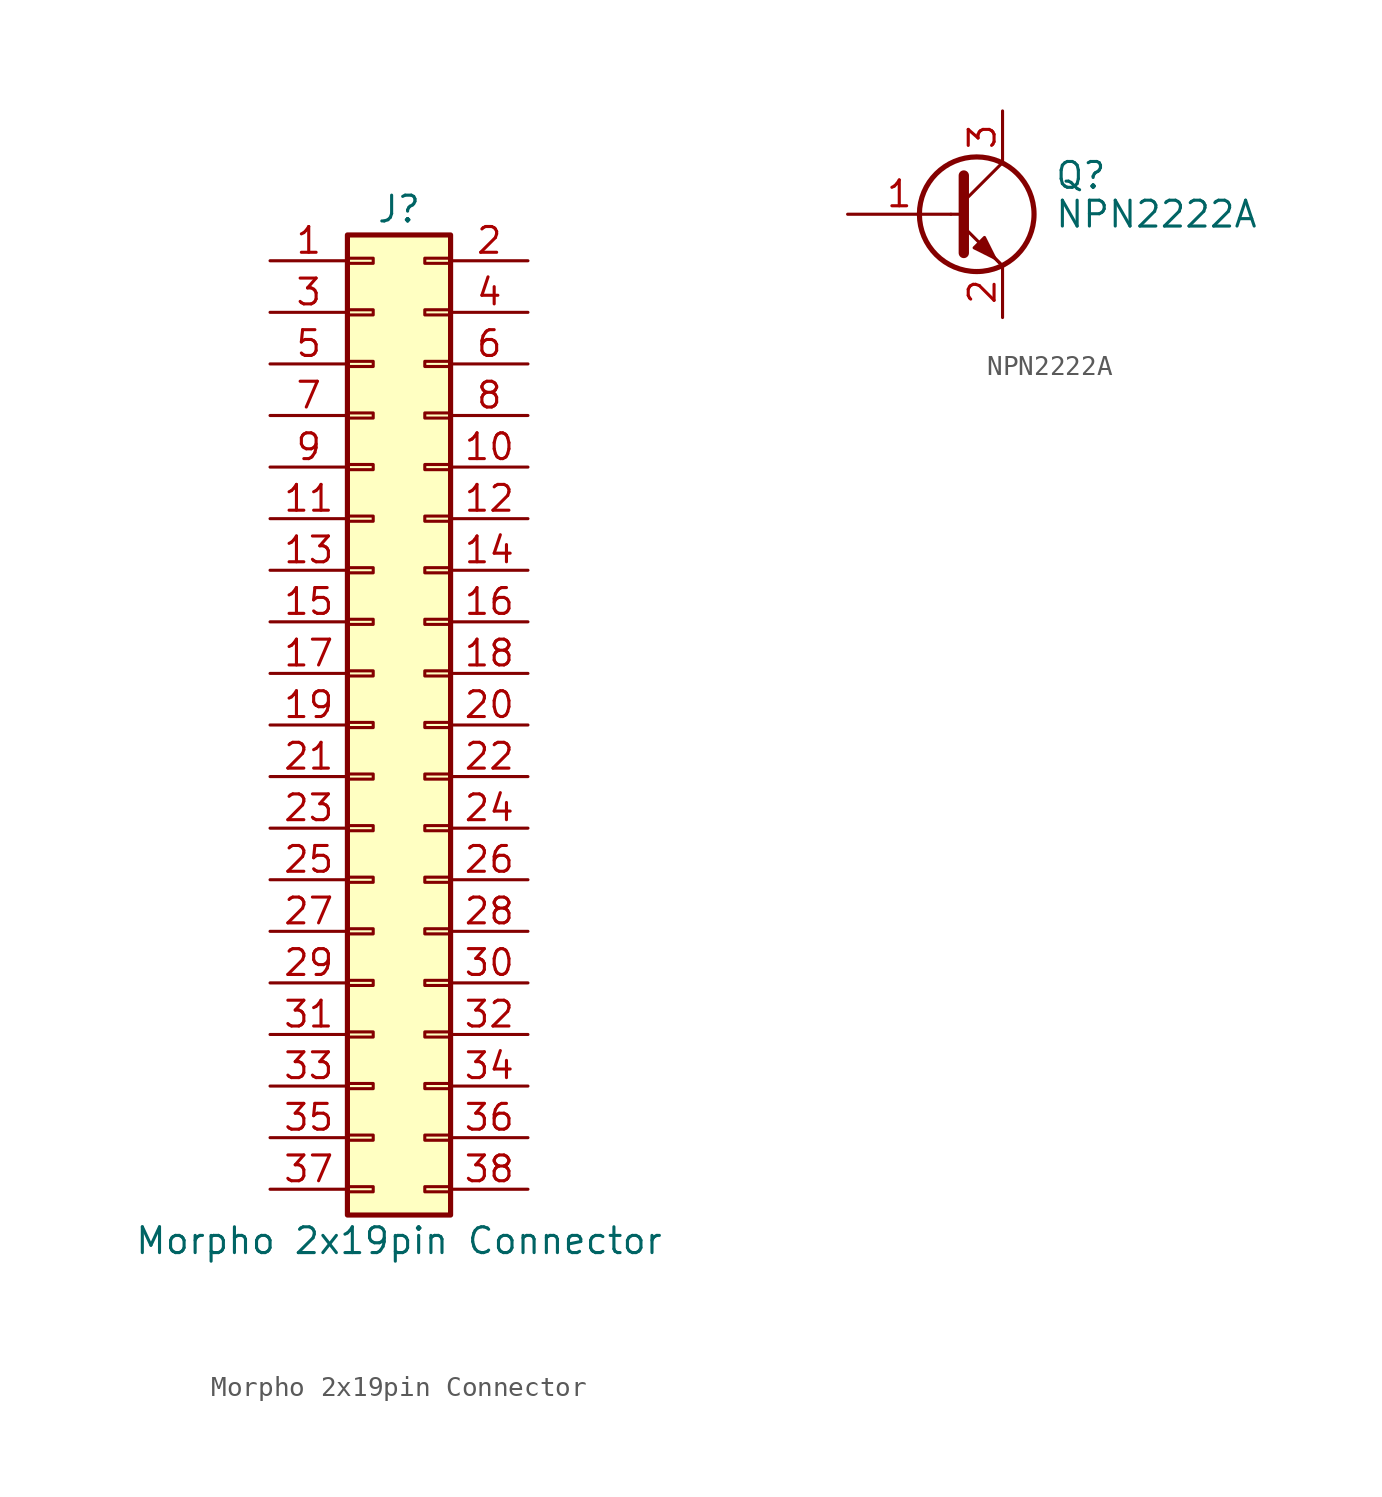
<source format=kicad_sym>
(kicad_symbol_lib
  (version 20211014)
  (generator kicad_symbol_editor)
  (symbol "Morpho 2x19pin Connector"
    (pin_names
      (offset 1.016) hide)
    (property "Reference" "J"
      (at 1.27 25.4 0)
      (effects (font (size 1.27 1.27))))
    (property "Value" "Morpho 2x19pin Connector"
      (at 1.27 -25.4 0)
      (effects (font (size 1.27 1.27))))
    (symbol "Morpho 2x19pin Connector_1_1"
      (rectangle (start -1.27 -22.733) (end 0 -22.987) (stroke (width 0.152) (type default) (color 0 0 0 0)) (fill (type none)))
      (rectangle (start -1.27 -20.193) (end 0 -20.447) (stroke (width 0.152) (type default) (color 0 0 0 0)) (fill (type none)))
      (rectangle (start -1.27 -17.653) (end 0 -17.907) (stroke (width 0.152) (type default) (color 0 0 0 0)) (fill (type none)))
      (rectangle (start -1.27 -15.113) (end 0 -15.367) (stroke (width 0.152) (type default) (color 0 0 0 0)) (fill (type none)))
      (rectangle (start -1.27 -12.573) (end 0 -12.827) (stroke (width 0.152) (type default) (color 0 0 0 0)) (fill (type none)))
      (rectangle (start -1.27 -10.033) (end 0 -10.287) (stroke (width 0.152) (type default) (color 0 0 0 0)) (fill (type none)))
      (rectangle (start -1.27 -7.493) (end 0 -7.747) (stroke (width 0.152) (type default) (color 0 0 0 0)) (fill (type none)))
      (rectangle (start -1.27 -4.953) (end 0 -5.207) (stroke (width 0.152) (type default) (color 0 0 0 0)) (fill (type none)))
      (rectangle (start -1.27 -2.413) (end 0 -2.667) (stroke (width 0.152) (type default) (color 0 0 0 0)) (fill (type none)))
      (rectangle (start -1.27 0.127) (end 0 -0.127) (stroke (width 0.152) (type default) (color 0 0 0 0)) (fill (type none)))
      (rectangle (start -1.27 2.667) (end 0 2.413) (stroke (width 0.152) (type default) (color 0 0 0 0)) (fill (type none)))
      (rectangle (start -1.27 5.207) (end 0 4.953) (stroke (width 0.152) (type default) (color 0 0 0 0)) (fill (type none)))
      (rectangle (start -1.27 7.747) (end 0 7.493) (stroke (width 0.152) (type default) (color 0 0 0 0)) (fill (type none)))
      (rectangle (start -1.27 10.287) (end 0 10.033) (stroke (width 0.152) (type default) (color 0 0 0 0)) (fill (type none)))
      (rectangle (start -1.27 12.827) (end 0 12.573) (stroke (width 0.152) (type default) (color 0 0 0 0)) (fill (type none)))
      (rectangle (start -1.27 15.367) (end 0 15.113) (stroke (width 0.152) (type default) (color 0 0 0 0)) (fill (type none)))
      (rectangle (start -1.27 17.907) (end 0 17.653) (stroke (width 0.152) (type default) (color 0 0 0 0)) (fill (type none)))
      (rectangle (start -1.27 20.447) (end 0 20.193) (stroke (width 0.152) (type default) (color 0 0 0 0)) (fill (type none)))
      (rectangle (start -1.27 22.987) (end 0 22.733) (stroke (width 0.152) (type default) (color 0 0 0 0)) (fill (type none)))
      (rectangle (start -1.27 24.13) (end 3.81 -24.13) (stroke (width 0.254) (type default) (color 0 0 0 0)) (fill (type background)))
      (rectangle (start 3.81 -22.733) (end 2.54 -22.987) (stroke (width 0.152) (type default) (color 0 0 0 0)) (fill (type none)))
      (rectangle (start 3.81 -20.193) (end 2.54 -20.447) (stroke (width 0.152) (type default) (color 0 0 0 0)) (fill (type none)))
      (rectangle (start 3.81 -17.653) (end 2.54 -17.907) (stroke (width 0.152) (type default) (color 0 0 0 0)) (fill (type none)))
      (rectangle (start 3.81 -15.113) (end 2.54 -15.367) (stroke (width 0.152) (type default) (color 0 0 0 0)) (fill (type none)))
      (rectangle (start 3.81 -12.573) (end 2.54 -12.827) (stroke (width 0.152) (type default) (color 0 0 0 0)) (fill (type none)))
      (rectangle (start 3.81 -10.033) (end 2.54 -10.287) (stroke (width 0.152) (type default) (color 0 0 0 0)) (fill (type none)))
      (rectangle (start 3.81 -7.493) (end 2.54 -7.747) (stroke (width 0.152) (type default) (color 0 0 0 0)) (fill (type none)))
      (rectangle (start 3.81 -4.953) (end 2.54 -5.207) (stroke (width 0.152) (type default) (color 0 0 0 0)) (fill (type none)))
      (rectangle (start 3.81 -2.413) (end 2.54 -2.667) (stroke (width 0.152) (type default) (color 0 0 0 0)) (fill (type none)))
      (rectangle (start 3.81 0.127) (end 2.54 -0.127) (stroke (width 0.152) (type default) (color 0 0 0 0)) (fill (type none)))
      (rectangle (start 3.81 2.667) (end 2.54 2.413) (stroke (width 0.152) (type default) (color 0 0 0 0)) (fill (type none)))
      (rectangle (start 3.81 5.207) (end 2.54 4.953) (stroke (width 0.152) (type default) (color 0 0 0 0)) (fill (type none)))
      (rectangle (start 3.81 7.747) (end 2.54 7.493) (stroke (width 0.152) (type default) (color 0 0 0 0)) (fill (type none)))
      (rectangle (start 3.81 10.287) (end 2.54 10.033) (stroke (width 0.152) (type default) (color 0 0 0 0)) (fill (type none)))
      (rectangle (start 3.81 12.827) (end 2.54 12.573) (stroke (width 0.152) (type default) (color 0 0 0 0)) (fill (type none)))
      (rectangle (start 3.81 15.367) (end 2.54 15.113) (stroke (width 0.152) (type default) (color 0 0 0 0)) (fill (type none)))
      (rectangle (start 3.81 17.907) (end 2.54 17.653) (stroke (width 0.152) (type default) (color 0 0 0 0)) (fill (type none)))
      (rectangle (start 3.81 20.447) (end 2.54 20.193) (stroke (width 0.152) (type default) (color 0 0 0 0)) (fill (type none)))
      (rectangle (start 3.81 22.987) (end 2.54 22.733) (stroke (width 0.152) (type default) (color 0 0 0 0)) (fill (type none)))
      (pin passive line (at -5.08 22.86 0) (length 3.81) (name "Pin_1" (effects (font (size 1.27 1.27)))) (number "1" (effects (font (size 1.27 1.27)))))
      (pin passive line (at 7.62 12.7 180) (length 3.81) (name "Pin_10" (effects (font (size 1.27 1.27)))) (number "10" (effects (font (size 1.27 1.27)))))
      (pin passive line (at -5.08 10.16 0) (length 3.81) (name "Pin_11" (effects (font (size 1.27 1.27)))) (number "11" (effects (font (size 1.27 1.27)))))
      (pin passive line (at 7.62 10.16 180) (length 3.81) (name "Pin_12" (effects (font (size 1.27 1.27)))) (number "12" (effects (font (size 1.27 1.27)))))
      (pin passive line (at -5.08 7.62 0) (length 3.81) (name "Pin_13" (effects (font (size 1.27 1.27)))) (number "13" (effects (font (size 1.27 1.27)))))
      (pin passive line (at 7.62 7.62 180) (length 3.81) (name "Pin_14" (effects (font (size 1.27 1.27)))) (number "14" (effects (font (size 1.27 1.27)))))
      (pin passive line (at -5.08 5.08 0) (length 3.81) (name "Pin_15" (effects (font (size 1.27 1.27)))) (number "15" (effects (font (size 1.27 1.27)))))
      (pin passive line (at 7.62 5.08 180) (length 3.81) (name "Pin_16" (effects (font (size 1.27 1.27)))) (number "16" (effects (font (size 1.27 1.27)))))
      (pin passive line (at -5.08 2.54 0) (length 3.81) (name "Pin_17" (effects (font (size 1.27 1.27)))) (number "17" (effects (font (size 1.27 1.27)))))
      (pin passive line (at 7.62 2.54 180) (length 3.81) (name "Pin_18" (effects (font (size 1.27 1.27)))) (number "18" (effects (font (size 1.27 1.27)))))
      (pin passive line (at -5.08 0 0) (length 3.81) (name "Pin_19" (effects (font (size 1.27 1.27)))) (number "19" (effects (font (size 1.27 1.27)))))
      (pin passive line (at 7.62 22.86 180) (length 3.81) (name "Pin_2" (effects (font (size 1.27 1.27)))) (number "2" (effects (font (size 1.27 1.27)))))
      (pin passive line (at 7.62 0 180) (length 3.81) (name "Pin_20" (effects (font (size 1.27 1.27)))) (number "20" (effects (font (size 1.27 1.27)))))
      (pin passive line (at -5.08 -2.54 0) (length 3.81) (name "Pin_21" (effects (font (size 1.27 1.27)))) (number "21" (effects (font (size 1.27 1.27)))))
      (pin passive line (at 7.62 -2.54 180) (length 3.81) (name "Pin_22" (effects (font (size 1.27 1.27)))) (number "22" (effects (font (size 1.27 1.27)))))
      (pin passive line (at -5.08 -5.08 0) (length 3.81) (name "Pin_23" (effects (font (size 1.27 1.27)))) (number "23" (effects (font (size 1.27 1.27)))))
      (pin passive line (at 7.62 -5.08 180) (length 3.81) (name "Pin_24" (effects (font (size 1.27 1.27)))) (number "24" (effects (font (size 1.27 1.27)))))
      (pin passive line (at -5.08 -7.62 0) (length 3.81) (name "Pin_25" (effects (font (size 1.27 1.27)))) (number "25" (effects (font (size 1.27 1.27)))))
      (pin passive line (at 7.62 -7.62 180) (length 3.81) (name "Pin_26" (effects (font (size 1.27 1.27)))) (number "26" (effects (font (size 1.27 1.27)))))
      (pin passive line (at -5.08 -10.16 0) (length 3.81) (name "Pin_27" (effects (font (size 1.27 1.27)))) (number "27" (effects (font (size 1.27 1.27)))))
      (pin passive line (at 7.62 -10.16 180) (length 3.81) (name "Pin_28" (effects (font (size 1.27 1.27)))) (number "28" (effects (font (size 1.27 1.27)))))
      (pin passive line (at -5.08 -12.7 0) (length 3.81) (name "Pin_29" (effects (font (size 1.27 1.27)))) (number "29" (effects (font (size 1.27 1.27)))))
      (pin passive line (at -5.08 20.32 0) (length 3.81) (name "Pin_3" (effects (font (size 1.27 1.27)))) (number "3" (effects (font (size 1.27 1.27)))))
      (pin passive line (at 7.62 -12.7 180) (length 3.81) (name "Pin_30" (effects (font (size 1.27 1.27)))) (number "30" (effects (font (size 1.27 1.27)))))
      (pin passive line (at -5.08 -15.24 0) (length 3.81) (name "Pin_31" (effects (font (size 1.27 1.27)))) (number "31" (effects (font (size 1.27 1.27)))))
      (pin passive line (at 7.62 -15.24 180) (length 3.81) (name "Pin_32" (effects (font (size 1.27 1.27)))) (number "32" (effects (font (size 1.27 1.27)))))
      (pin passive line (at -5.08 -17.78 0) (length 3.81) (name "Pin_33" (effects (font (size 1.27 1.27)))) (number "33" (effects (font (size 1.27 1.27)))))
      (pin passive line (at 7.62 -17.78 180) (length 3.81) (name "Pin_34" (effects (font (size 1.27 1.27)))) (number "34" (effects (font (size 1.27 1.27)))))
      (pin passive line (at -5.08 -20.32 0) (length 3.81) (name "Pin_35" (effects (font (size 1.27 1.27)))) (number "35" (effects (font (size 1.27 1.27)))))
      (pin passive line (at 7.62 -20.32 180) (length 3.81) (name "Pin_36" (effects (font (size 1.27 1.27)))) (number "36" (effects (font (size 1.27 1.27)))))
      (pin passive line (at -5.08 -22.86 0) (length 3.81) (name "Pin_37" (effects (font (size 1.27 1.27)))) (number "37" (effects (font (size 1.27 1.27)))))
      (pin passive line (at 7.62 -22.86 180) (length 3.81) (name "Pin_38" (effects (font (size 1.27 1.27)))) (number "38" (effects (font (size 1.27 1.27)))))
      (pin passive line (at 7.62 20.32 180) (length 3.81) (name "Pin_4" (effects (font (size 1.27 1.27)))) (number "4" (effects (font (size 1.27 1.27)))))
      (pin passive line (at -5.08 17.78 0) (length 3.81) (name "Pin_5" (effects (font (size 1.27 1.27)))) (number "5" (effects (font (size 1.27 1.27)))))
      (pin passive line (at 7.62 17.78 180) (length 3.81) (name "Pin_6" (effects (font (size 1.27 1.27)))) (number "6" (effects (font (size 1.27 1.27)))))
      (pin passive line (at -5.08 15.24 0) (length 3.81) (name "Pin_7" (effects (font (size 1.27 1.27)))) (number "7" (effects (font (size 1.27 1.27)))))
      (pin passive line (at 7.62 15.24 180) (length 3.81) (name "Pin_8" (effects (font (size 1.27 1.27)))) (number "8" (effects (font (size 1.27 1.27)))))
      (pin passive line (at -5.08 12.7 0) (length 3.81) (name "Pin_9" (effects (font (size 1.27 1.27)))) (number "9" (effects (font (size 1.27 1.27)))))))
  (symbol "NPN2222A"
    (pin_names
      (offset 0) hide)
    (property "Reference" "Q"
      (at 5.08 1.905 0)
      (effects (font (size 1.27 1.27)) (justify left)))
    (property "Value" "NPN2222A"
      (at 5.08 0 0)
      (effects (font (size 1.27 1.27)) (justify left)))
    (symbol "NPN2222A_0_1"
      (polyline (pts (xy 0 0) (xy 0.635 0)) (stroke (width 0) (type default) (color 0 0 0 0)) (fill (type none)))
      (polyline (pts (xy 2.54 -2.54) (xy 0.635 -0.635)) (stroke (width 0) (type default) (color 0 0 0 0)) (fill (type none)))
      (polyline (pts (xy 2.54 2.54) (xy 0.635 0.635)) (stroke (width 0) (type default) (color 0 0 0 0)) (fill (type none)))
      (polyline (pts (xy 0.635 1.905) (xy 0.635 -1.905) (xy 0.635 -1.905)) (stroke (width 0.508) (type default) (color 0 0 0 0)) (fill (type none)))
      (polyline (pts (xy 2.413 -2.413) (xy 1.905 -1.905) (xy 1.905 -1.905)) (stroke (width 0) (type default) (color 0 0 0 0)) (fill (type none)))
      (polyline (pts (xy 1.143 -1.651) (xy 1.651 -1.143) (xy 2.159 -2.159) (xy 1.143 -1.651) (xy 1.143 -1.651)) (stroke (width 0) (type default) (color 0 0 0 0)) (fill (type outline)))
      (circle (center 1.27 0) (radius 2.819) (stroke (width 0.254) (type default) (color 0 0 0 0)) (fill (type none))))
    (symbol "NPN2222A_1_1"
      (pin input line (at -5.08 0 0) (length 5.08) (name "B" (effects (font (size 1.27 1.27)))) (number "1" (effects (font (size 1.27 1.27)))))
      (pin passive line (at 2.54 -5.08 90) (length 2.54) (name "E" (effects (font (size 1.27 1.27)))) (number "2" (effects (font (size 1.27 1.27)))))
      (pin passive line (at 2.54 5.08 270) (length 2.54) (name "C" (effects (font (size 1.27 1.27)))) (number "3" (effects (font (size 1.27 1.27))))))))
</source>
